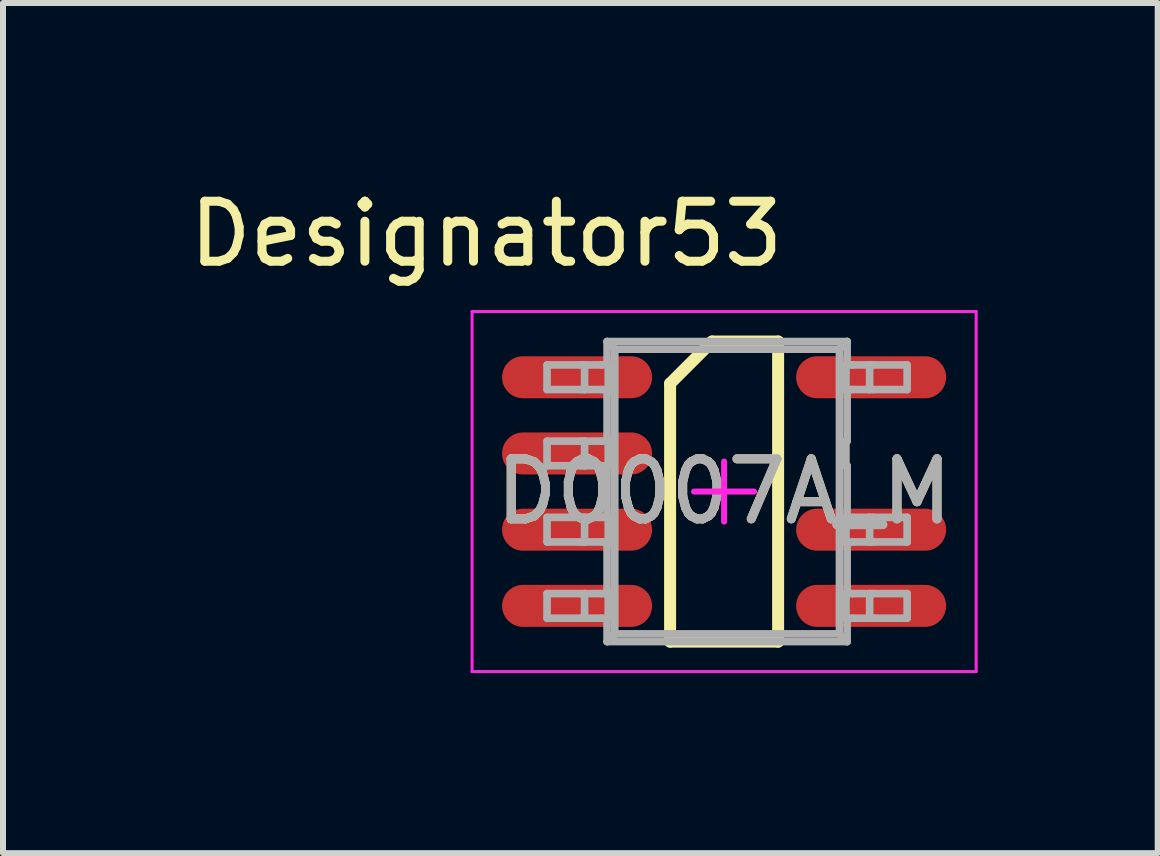
<source format=kicad_pcb>
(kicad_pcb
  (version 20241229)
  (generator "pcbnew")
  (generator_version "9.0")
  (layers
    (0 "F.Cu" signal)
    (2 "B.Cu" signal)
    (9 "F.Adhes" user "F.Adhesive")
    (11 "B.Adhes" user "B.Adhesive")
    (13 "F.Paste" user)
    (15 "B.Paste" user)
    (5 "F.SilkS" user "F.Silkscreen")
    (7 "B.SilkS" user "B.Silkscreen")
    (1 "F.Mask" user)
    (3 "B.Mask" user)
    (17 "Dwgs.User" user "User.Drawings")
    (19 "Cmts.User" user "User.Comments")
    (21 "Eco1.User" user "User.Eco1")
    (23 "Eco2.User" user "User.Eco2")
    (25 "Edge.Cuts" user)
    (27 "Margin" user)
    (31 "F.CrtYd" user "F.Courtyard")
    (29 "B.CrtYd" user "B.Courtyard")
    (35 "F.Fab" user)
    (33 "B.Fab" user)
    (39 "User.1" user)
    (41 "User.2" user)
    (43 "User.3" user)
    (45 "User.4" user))
  (footprint "D0007A_M"
    (layer "F.Cu")
    (at 9.016 5.141)
    (property "Reference" "D0007A_M" (at 0 0 0) (unlocked yes) (layer "F.SilkS") (effects (font (size 1 1) (thickness 0.15))))
    (attr smd)
    (fp_line (start -0.9 -1.8) (end -0.2 -2.5) (stroke (width 0.2) (type solid)) (layer "F.SilkS"))
    (fp_line (start -0.9 2.5) (end -0.9 -1.8) (stroke (width 0.2) (type solid)) (layer "F.SilkS"))
    (fp_line (start -0.9 2.5) (end 0.9 2.5) (stroke (width 0.2) (type solid)) (layer "F.SilkS"))
    (fp_line (start -0.2 -2.5) (end 0.9 -2.5) (stroke (width 0.2) (type solid)) (layer "F.SilkS"))
    (fp_line (start 0.9 2.5) (end 0.9 -2.5) (stroke (width 0.2) (type solid)) (layer "F.SilkS"))
    (fp_line (start -4.2 -3) (end 4.2 -3) (stroke (width 0.05) (type solid)) (layer "F.CrtYd"))
    (fp_line (start -4.2 3) (end -4.2 -3) (stroke (width 0.05) (type solid)) (layer "F.CrtYd"))
    (fp_line (start -4.2 3) (end 4.2 3) (stroke (width 0.05) (type solid)) (layer "F.CrtYd"))
    (fp_line (start -0.5 0) (end 0.5 0) (stroke (width 0.1) (type solid)) (layer "F.CrtYd"))
    (fp_line (start 0 0.5) (end 0 -0.5) (stroke (width 0.1) (type solid)) (layer "F.CrtYd"))
    (fp_line (start 4.2 3) (end 4.2 -3) (stroke (width 0.05) (type solid)) (layer "F.CrtYd"))
    (fp_line (start -2.95 -2.11) (end -2.39 -2.11) (stroke (width 0.127) (type solid)) (layer "F.Fab"))
    (fp_line (start -2.95 -1.7) (end -2.95 -2.11) (stroke (width 0.127) (type solid)) (layer "F.Fab"))
    (fp_line (start -2.95 -1.7) (end -2.39 -1.7) (stroke (width 0.127) (type solid)) (layer "F.Fab"))
    (fp_line (start -2.95 -0.84) (end -2.39 -0.84) (stroke (width 0.127) (type solid)) (layer "F.Fab"))
    (fp_line (start -2.95 -0.43) (end -2.95 -0.84) (stroke (width 0.127) (type solid)) (layer "F.Fab"))
    (fp_line (start -2.95 -0.43) (end -2.39 -0.43) (stroke (width 0.127) (type solid)) (layer "F.Fab"))
    (fp_line (start -2.95 0.43) (end -2.39 0.43) (stroke (width 0.127) (type solid)) (layer "F.Fab"))
    (fp_line (start -2.95 0.84) (end -2.95 0.43) (stroke (width 0.127) (type solid)) (layer "F.Fab"))
    (fp_line (start -2.95 0.84) (end -2.39 0.84) (stroke (width 0.127) (type solid)) (layer "F.Fab"))
    (fp_line (start -2.95 1.7) (end -2.39 1.7) (stroke (width 0.127) (type solid)) (layer "F.Fab"))
    (fp_line (start -2.95 2.11) (end -2.95 1.7) (stroke (width 0.127) (type solid)) (layer "F.Fab"))
    (fp_line (start -2.95 2.11) (end -2.39 2.11) (stroke (width 0.127) (type solid)) (layer "F.Fab"))
    (fp_line (start -2.39 -2.11) (end -2.325 -2.11) (stroke (width 0.127) (type solid)) (layer "F.Fab"))
    (fp_line (start -2.39 -1.7) (end -2.325 -1.7) (stroke (width 0.127) (type solid)) (layer "F.Fab"))
    (fp_line (start -2.39 -0.84) (end -2.325 -0.84) (stroke (width 0.127) (type solid)) (layer "F.Fab"))
    (fp_line (start -2.39 -0.43) (end -2.325 -0.43) (stroke (width 0.127) (type solid)) (layer "F.Fab"))
    (fp_line (start -2.39 0.43) (end -2.325 0.43) (stroke (width 0.127) (type solid)) (layer "F.Fab"))
    (fp_line (start -2.39 0.84) (end -2.325 0.84) (stroke (width 0.127) (type solid)) (layer "F.Fab"))
    (fp_line (start -2.39 1.7) (end -2.325 1.7) (stroke (width 0.127) (type solid)) (layer "F.Fab"))
    (fp_line (start -2.39 2.11) (end -2.325 2.11) (stroke (width 0.127) (type solid)) (layer "F.Fab"))
    (fp_line (start -2.325 -2.11) (end -2.045 -2.11) (stroke (width 0.127) (type solid)) (layer "F.Fab"))
    (fp_line (start -2.325 -1.7) (end -2.325 -2.11) (stroke (width 0.127) (type solid)) (layer "F.Fab"))
    (fp_line (start -2.325 -1.7) (end -2.045 -1.7) (stroke (width 0.127) (type solid)) (layer "F.Fab"))
    (fp_line (start -2.325 -0.84) (end -2.045 -0.84) (stroke (width 0.127) (type solid)) (layer "F.Fab"))
    (fp_line (start -2.325 -0.43) (end -2.325 -0.84) (stroke (width 0.127) (type solid)) (layer "F.Fab"))
    (fp_line (start -2.325 -0.43) (end -2.045 -0.43) (stroke (width 0.127) (type solid)) (layer "F.Fab"))
    (fp_line (start -2.325 0.43) (end -2.045 0.43) (stroke (width 0.127) (type solid)) (layer "F.Fab"))
    (fp_line (start -2.325 0.84) (end -2.325 0.43) (stroke (width 0.127) (type solid)) (layer "F.Fab"))
    (fp_line (start -2.325 0.84) (end -2.045 0.84) (stroke (width 0.127) (type solid)) (layer "F.Fab"))
    (fp_line (start -2.325 1.7) (end -2.045 1.7) (stroke (width 0.127) (type solid)) (layer "F.Fab"))
    (fp_line (start -2.325 2.11) (end -2.325 1.7) (stroke (width 0.127) (type solid)) (layer "F.Fab"))
    (fp_line (start -2.325 2.11) (end -2.045 2.11) (stroke (width 0.127) (type solid)) (layer "F.Fab"))
    (fp_line (start -2.045 -2.11) (end -1.931 -2.11) (stroke (width 0.127) (type solid)) (layer "F.Fab"))
    (fp_line (start -2.045 -1.7) (end -1.931 -1.7) (stroke (width 0.127) (type solid)) (layer "F.Fab"))
    (fp_line (start -2.045 -0.84) (end -1.931 -0.84) (stroke (width 0.127) (type solid)) (layer "F.Fab"))
    (fp_line (start -2.045 -0.43) (end -1.931 -0.43) (stroke (width 0.127) (type solid)) (layer "F.Fab"))
    (fp_line (start -2.045 0.43) (end -1.931 0.43) (stroke (width 0.127) (type solid)) (layer "F.Fab"))
    (fp_line (start -2.045 0.84) (end -1.931 0.84) (stroke (width 0.127) (type solid)) (layer "F.Fab"))
    (fp_line (start -2.045 1.7) (end -1.931 1.7) (stroke (width 0.127) (type solid)) (layer "F.Fab"))
    (fp_line (start -2.045 2.11) (end -1.931 2.11) (stroke (width 0.127) (type solid)) (layer "F.Fab"))
    (fp_line (start -1.95 -2.5) (end -1.822 -2.372) (stroke (width 0.127) (type solid)) (layer "F.Fab"))
    (fp_line (start -1.95 -2.5) (end 2.05 -2.5) (stroke (width 0.127) (type solid)) (layer "F.Fab"))
    (fp_line (start -1.95 -2.11) (end -1.95 -2.5) (stroke (width 0.127) (type solid)) (layer "F.Fab"))
    (fp_line (start -1.95 -0.84) (end -1.95 -1.7) (stroke (width 0.127) (type solid)) (layer "F.Fab"))
    (fp_line (start -1.95 0.43) (end -1.95 -0.43) (stroke (width 0.127) (type solid)) (layer "F.Fab"))
    (fp_line (start -1.95 1.7) (end -1.95 0.84) (stroke (width 0.127) (type solid)) (layer "F.Fab"))
    (fp_line (start -1.95 2.5) (end -1.95 2.11) (stroke (width 0.127) (type solid)) (layer "F.Fab"))
    (fp_line (start -1.95 2.5) (end -1.822 2.372) (stroke (width 0.127) (type solid)) (layer "F.Fab"))
    (fp_line (start -1.95 2.5) (end 2.05 2.5) (stroke (width 0.127) (type solid)) (layer "F.Fab"))
    (fp_line (start -1.931 -1.7) (end -1.931 -2.11) (stroke (width 0.127) (type solid)) (layer "F.Fab"))
    (fp_line (start -1.931 -0.43) (end -1.931 -0.84) (stroke (width 0.127) (type solid)) (layer "F.Fab"))
    (fp_line (start -1.931 0.84) (end -1.931 0.43) (stroke (width 0.127) (type solid)) (layer "F.Fab"))
    (fp_line (start -1.931 2.11) (end -1.931 1.7) (stroke (width 0.127) (type solid)) (layer "F.Fab"))
    (fp_line (start -1.822 -2.372) (end 1.922 -2.372) (stroke (width 0.127) (type solid)) (layer "F.Fab"))
    (fp_line (start -1.822 2.372) (end -1.822 -2.372) (stroke (width 0.127) (type solid)) (layer "F.Fab"))
    (fp_line (start -1.822 2.372) (end 1.922 2.372) (stroke (width 0.127) (type solid)) (layer "F.Fab"))
    (fp_line (start 1.922 -2.372) (end 2.05 -2.5) (stroke (width 0.127) (type solid)) (layer "F.Fab"))
    (fp_line (start 1.922 2.372) (end 1.922 -2.372) (stroke (width 0.127) (type solid)) (layer "F.Fab"))
    (fp_line (start 1.922 2.372) (end 2.05 2.5) (stroke (width 0.127) (type solid)) (layer "F.Fab"))
    (fp_line (start 2.03 -0.84) (end 2.05 -0.84) (stroke (width 0.127) (type solid)) (layer "F.Fab"))
    (fp_line (start 2.03 -0.43) (end 2.03 -0.84) (stroke (width 0.127) (type solid)) (layer "F.Fab"))
    (fp_line (start 2.03 -0.43) (end 2.05 -0.43) (stroke (width 0.127) (type solid)) (layer "F.Fab"))
    (fp_line (start 2.031 -2.11) (end 2.145 -2.11) (stroke (width 0.127) (type solid)) (layer "F.Fab"))
    (fp_line (start 2.031 -1.7) (end 2.031 -2.11) (stroke (width 0.127) (type solid)) (layer "F.Fab"))
    (fp_line (start 2.031 -1.7) (end 2.145 -1.7) (stroke (width 0.127) (type solid)) (layer "F.Fab"))
    (fp_line (start 2.031 0.43) (end 2.145 0.43) (stroke (width 0.127) (type solid)) (layer "F.Fab"))
    (fp_line (start 2.031 0.84) (end 2.031 0.43) (stroke (width 0.127) (type solid)) (layer "F.Fab"))
    (fp_line (start 2.031 0.84) (end 2.145 0.84) (stroke (width 0.127) (type solid)) (layer "F.Fab"))
    (fp_line (start 2.031 1.7) (end 2.145 1.7) (stroke (width 0.127) (type solid)) (layer "F.Fab"))
    (fp_line (start 2.031 2.11) (end 2.031 1.7) (stroke (width 0.127) (type solid)) (layer "F.Fab"))
    (fp_line (start 2.031 2.11) (end 2.145 2.11) (stroke (width 0.127) (type solid)) (layer "F.Fab"))
    (fp_line (start 2.05 -2.11) (end 2.05 -2.5) (stroke (width 0.127) (type solid)) (layer "F.Fab"))
    (fp_line (start 2.05 -0.84) (end 2.05 -1.7) (stroke (width 0.127) (type solid)) (layer "F.Fab"))
    (fp_line (start 2.05 0.43) (end 2.05 -0.43) (stroke (width 0.127) (type solid)) (layer "F.Fab"))
    (fp_line (start 2.05 1.7) (end 2.05 0.84) (stroke (width 0.127) (type solid)) (layer "F.Fab"))
    (fp_line (start 2.05 2.5) (end 2.05 2.11) (stroke (width 0.127) (type solid)) (layer "F.Fab"))
    (fp_line (start 2.145 -2.11) (end 2.425 -2.11) (stroke (width 0.127) (type solid)) (layer "F.Fab"))
    (fp_line (start 2.145 -1.7) (end 2.425 -1.7) (stroke (width 0.127) (type solid)) (layer "F.Fab"))
    (fp_line (start 2.145 0.43) (end 2.425 0.43) (stroke (width 0.127) (type solid)) (layer "F.Fab"))
    (fp_line (start 2.145 0.84) (end 2.425 0.84) (stroke (width 0.127) (type solid)) (layer "F.Fab"))
    (fp_line (start 2.145 1.7) (end 2.425 1.7) (stroke (width 0.127) (type solid)) (layer "F.Fab"))
    (fp_line (start 2.145 2.11) (end 2.425 2.11) (stroke (width 0.127) (type solid)) (layer "F.Fab"))
    (fp_line (start 2.425 -2.11) (end 2.49 -2.11) (stroke (width 0.127) (type solid)) (layer "F.Fab"))
    (fp_line (start 2.425 -1.7) (end 2.425 -2.11) (stroke (width 0.127) (type solid)) (layer "F.Fab"))
    (fp_line (start 2.425 -1.7) (end 2.49 -1.7) (stroke (width 0.127) (type solid)) (layer "F.Fab"))
    (fp_line (start 2.425 0.43) (end 2.49 0.43) (stroke (width 0.127) (type solid)) (layer "F.Fab"))
    (fp_line (start 2.425 0.84) (end 2.425 0.43) (stroke (width 0.127) (type solid)) (layer "F.Fab"))
    (fp_line (start 2.425 0.84) (end 2.49 0.84) (stroke (width 0.127) (type solid)) (layer "F.Fab"))
    (fp_line (start 2.425 1.7) (end 2.49 1.7) (stroke (width 0.127) (type solid)) (layer "F.Fab"))
    (fp_line (start 2.425 2.11) (end 2.425 1.7) (stroke (width 0.127) (type solid)) (layer "F.Fab"))
    (fp_line (start 2.425 2.11) (end 2.49 2.11) (stroke (width 0.127) (type solid)) (layer "F.Fab"))
    (fp_line (start 2.49 -2.11) (end 3.05 -2.11) (stroke (width 0.127) (type solid)) (layer "F.Fab"))
    (fp_line (start 2.49 -1.7) (end 3.05 -1.7) (stroke (width 0.127) (type solid)) (layer "F.Fab"))
    (fp_line (start 2.49 0.43) (end 3.05 0.43) (stroke (width 0.127) (type solid)) (layer "F.Fab"))
    (fp_line (start 2.49 0.84) (end 3.05 0.84) (stroke (width 0.127) (type solid)) (layer "F.Fab"))
    (fp_line (start 2.49 1.7) (end 3.05 1.7) (stroke (width 0.127) (type solid)) (layer "F.Fab"))
    (fp_line (start 2.49 2.11) (end 3.05 2.11) (stroke (width 0.127) (type solid)) (layer "F.Fab"))
    (fp_line (start 3.05 -1.7) (end 3.05 -2.11) (stroke (width 0.127) (type solid)) (layer "F.Fab"))
    (fp_line (start 3.05 0.84) (end 3.05 0.43) (stroke (width 0.127) (type solid)) (layer "F.Fab"))
    (fp_line (start 3.05 2.11) (end 3.05 1.7) (stroke (width 0.127) (type solid)) (layer "F.Fab"))
    (fp_text user "Designator53" (at -3.962 -4.293 0) (unlocked yes) (layer "F.SilkS") (effects (font (size 1 1) (thickness 0.15))))
    (fp_text user "${REFERENCE}" (at 0 0 0) (unlocked yes) (layer "F.Fab") (effects (font (size 1 1) (thickness 0.15))))
    (pad "1" smd oval (at -2.45 -1.905 90) (size 0.7 2.5) (layers "F.Cu" "F.Mask" "F.Paste"))
    (pad "2" smd oval (at -2.45 -0.635 90) (size 0.7 2.5) (layers "F.Cu" "F.Mask" "F.Paste"))
    (pad "3" smd oval (at -2.45 0.635 90) (size 0.7 2.5) (layers "F.Cu" "F.Mask" "F.Paste"))
    (pad "4" smd oval (at -2.45 1.905 90) (size 0.7 2.5) (layers "F.Cu" "F.Mask" "F.Paste"))
    (pad "5" smd oval (at 2.45 1.905 90) (size 0.7 2.5) (layers "F.Cu" "F.Mask" "F.Paste"))
    (pad "6" smd oval (at 2.45 0.635 90) (size 0.7 2.5) (layers "F.Cu" "F.Mask" "F.Paste"))
    (pad "8" smd oval (at 2.45 -1.905 90) (size 0.7 2.5) (layers "F.Cu" "F.Mask" "F.Paste")))
  (gr_rect
    (start -3 -3)
    (end 16.241 11.166)
    (stroke (width 0.1) (type default))
    (fill no)
    (layer "Edge.Cuts")))
</source>
